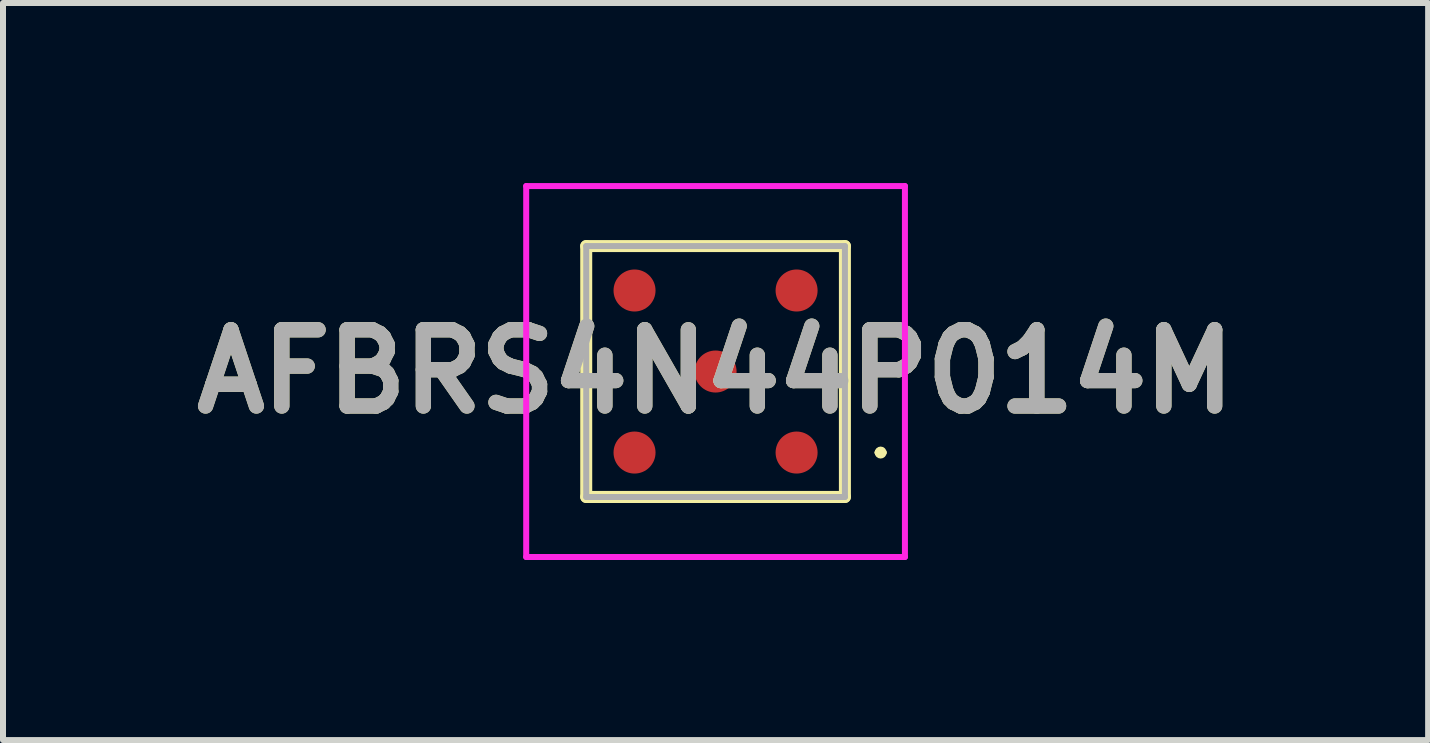
<source format=kicad_pcb>
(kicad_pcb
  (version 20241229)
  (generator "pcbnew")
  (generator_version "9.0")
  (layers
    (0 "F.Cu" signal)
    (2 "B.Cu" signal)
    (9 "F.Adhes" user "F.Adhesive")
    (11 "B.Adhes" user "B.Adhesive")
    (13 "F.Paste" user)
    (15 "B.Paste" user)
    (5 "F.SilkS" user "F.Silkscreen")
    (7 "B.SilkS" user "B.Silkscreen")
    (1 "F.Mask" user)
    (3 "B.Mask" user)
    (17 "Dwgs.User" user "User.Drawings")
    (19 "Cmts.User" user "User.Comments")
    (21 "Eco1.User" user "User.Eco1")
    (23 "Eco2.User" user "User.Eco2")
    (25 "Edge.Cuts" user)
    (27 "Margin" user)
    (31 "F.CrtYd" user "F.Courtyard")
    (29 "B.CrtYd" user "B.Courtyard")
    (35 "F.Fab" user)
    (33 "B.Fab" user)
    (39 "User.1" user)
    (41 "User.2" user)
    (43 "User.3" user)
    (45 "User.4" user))
  (footprint "AFBRS4N44P014M"
    (layer "F.Cu")
    (at 8.872 3.14)
    (property "Reference" "AFBRS4N44P014M" (at 0 0 0) (layer "F.SilkS") (effects (font (size 1.27 1.27) (thickness 0.254))))
    (attr smd)
    (fp_line (start -2.155 -2.09) (end -2.155 2.09) (stroke (width 0.2) (type solid)) (layer "F.SilkS"))
    (fp_line (start -2.155 2.09) (end 2.155 2.09) (stroke (width 0.2) (type solid)) (layer "F.SilkS"))
    (fp_line (start 2.155 -2.09) (end -2.155 -2.09) (stroke (width 0.2) (type solid)) (layer "F.SilkS"))
    (fp_line (start 2.155 2.09) (end 2.155 -2.09) (stroke (width 0.2) (type solid)) (layer "F.SilkS"))
    (fp_line (start 2.7 1.35) (end 2.7 1.35) (stroke (width 0.1) (type solid)) (layer "F.SilkS"))
    (fp_line (start 2.8 1.35) (end 2.8 1.35) (stroke (width 0.1) (type solid)) (layer "F.SilkS"))
    (fp_arc (start 2.7 1.35) (mid 2.75 1.3) (end 2.8 1.35) (stroke (width 0.1) (type solid)) (layer "F.SilkS"))
    (fp_arc (start 2.8 1.35) (mid 2.75 1.4) (end 2.7 1.35) (stroke (width 0.1) (type solid)) (layer "F.SilkS"))
    (fp_line (start -3.155 -3.09) (end -3.155 3.09) (stroke (width 0.1) (type solid)) (layer "F.CrtYd"))
    (fp_line (start -3.155 3.09) (end 3.155 3.09) (stroke (width 0.1) (type solid)) (layer "F.CrtYd"))
    (fp_line (start 3.155 -3.09) (end -3.155 -3.09) (stroke (width 0.1) (type solid)) (layer "F.CrtYd"))
    (fp_line (start 3.155 3.09) (end 3.155 -3.09) (stroke (width 0.1) (type solid)) (layer "F.CrtYd"))
    (fp_line (start -2.155 -2.09) (end 2.155 -2.09) (stroke (width 0.1) (type solid)) (layer "F.Fab"))
    (fp_line (start -2.155 2.09) (end -2.155 -2.09) (stroke (width 0.1) (type solid)) (layer "F.Fab"))
    (fp_line (start 2.155 -2.09) (end 2.155 2.09) (stroke (width 0.1) (type solid)) (layer "F.Fab"))
    (fp_line (start 2.155 2.09) (end -2.155 2.09) (stroke (width 0.1) (type solid)) (layer "F.Fab"))
    (fp_text user "${REFERENCE}" (at 0 0 0) (layer "F.Fab") (effects (font (size 1.27 1.27) (thickness 0.254))))
    (pad "A1" smd circle (at 1.35 1.35 90) (size 0.7 0.7) (layers "F.Cu" "F.Mask" "F.Paste"))
    (pad "A3" smd circle (at 1.35 -1.35 90) (size 0.7 0.7) (layers "F.Cu" "F.Mask" "F.Paste"))
    (pad "B2" smd circle (at 0 0 90) (size 0.7 0.7) (layers "F.Cu" "F.Mask" "F.Paste"))
    (pad "C1" smd circle (at -1.35 1.35 90) (size 0.7 0.7) (layers "F.Cu" "F.Mask" "F.Paste"))
    (pad "C3" smd circle (at -1.35 -1.35 90) (size 0.7 0.7) (layers "F.Cu" "F.Mask" "F.Paste")))
  (gr_rect
    (start -3 -3)
    (end 20.744 9.28)
    (stroke (width 0.1) (type default))
    (fill no)
    (layer "Edge.Cuts")))
</source>
